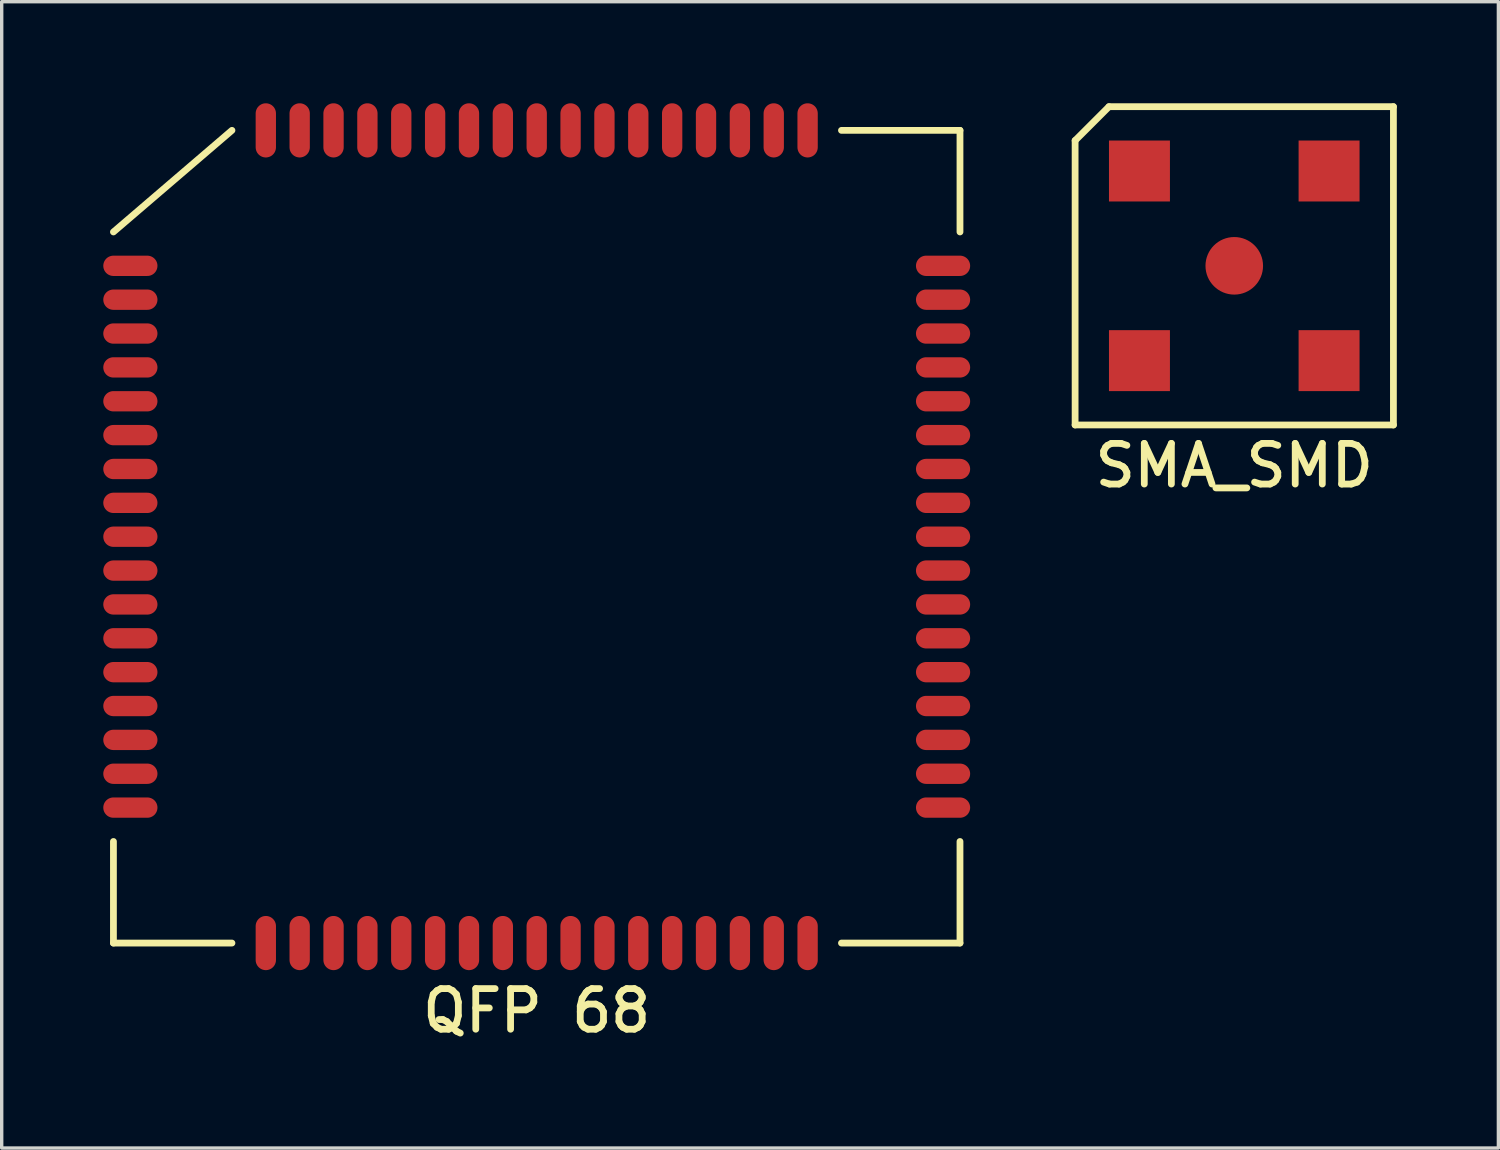
<source format=kicad_pcb>
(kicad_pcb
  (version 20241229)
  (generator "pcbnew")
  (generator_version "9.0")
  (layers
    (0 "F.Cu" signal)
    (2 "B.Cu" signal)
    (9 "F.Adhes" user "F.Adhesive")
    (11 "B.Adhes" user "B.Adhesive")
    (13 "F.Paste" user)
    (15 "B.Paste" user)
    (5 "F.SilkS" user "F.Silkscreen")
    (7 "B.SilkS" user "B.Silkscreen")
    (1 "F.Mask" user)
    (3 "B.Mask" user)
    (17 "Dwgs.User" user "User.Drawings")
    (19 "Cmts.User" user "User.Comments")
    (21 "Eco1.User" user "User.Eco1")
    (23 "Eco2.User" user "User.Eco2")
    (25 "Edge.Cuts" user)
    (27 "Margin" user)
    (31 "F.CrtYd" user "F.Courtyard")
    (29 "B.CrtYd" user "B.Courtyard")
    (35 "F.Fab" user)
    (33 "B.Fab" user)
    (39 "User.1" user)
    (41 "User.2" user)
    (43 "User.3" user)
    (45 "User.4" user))
  (footprint "QFP 68"
    (layer "F.Cu")
    (at 12.8 12.8)
    (property "Reference" "QFP 68" (at 0 14 0) (layer "F.SilkS") (effects (font (size 1.2 1.2) (thickness 0.2))))
    (attr through_hole)
    (fp_line (start -12.5 -9) (end -9 -12) (stroke (width 0.2) (type solid)) (layer "F.SilkS"))
    (fp_line (start -12.5 12) (end -12.5 9) (stroke (width 0.2) (type solid)) (layer "F.SilkS"))
    (fp_line (start -9 12) (end -12.5 12) (stroke (width 0.2) (type solid)) (layer "F.SilkS"))
    (fp_line (start 9 -12) (end 12.5 -12) (stroke (width 0.2) (type solid)) (layer "F.SilkS"))
    (fp_line (start 9 12) (end 12.5 12) (stroke (width 0.2) (type solid)) (layer "F.SilkS"))
    (fp_line (start 12.5 -12) (end 12.5 -9) (stroke (width 0.2) (type solid)) (layer "F.SilkS"))
    (fp_line (start 12.5 12) (end 12.5 9) (stroke (width 0.2) (type solid)) (layer "F.SilkS"))
    (pad "1" smd oval (at -12 -8) (size 1.6 0.6) (layers "F.Cu" "F.Mask" "F.Paste"))
    (pad "2" smd oval (at -12 -7) (size 1.6 0.6) (layers "F.Cu" "F.Mask" "F.Paste"))
    (pad "3" smd oval (at -12 -6) (size 1.6 0.6) (layers "F.Cu" "F.Mask" "F.Paste"))
    (pad "4" smd oval (at -12 -5) (size 1.6 0.6) (layers "F.Cu" "F.Mask" "F.Paste"))
    (pad "5" smd oval (at -12 -4) (size 1.6 0.6) (layers "F.Cu" "F.Mask" "F.Paste"))
    (pad "6" smd oval (at -12 -3) (size 1.6 0.6) (layers "F.Cu" "F.Mask" "F.Paste"))
    (pad "7" smd oval (at -12 -2) (size 1.6 0.6) (layers "F.Cu" "F.Mask" "F.Paste"))
    (pad "8" smd oval (at -12 -1) (size 1.6 0.6) (layers "F.Cu" "F.Mask" "F.Paste"))
    (pad "9" smd oval (at -12 0) (size 1.6 0.6) (layers "F.Cu" "F.Mask" "F.Paste"))
    (pad "10" smd oval (at -12 1) (size 1.6 0.6) (layers "F.Cu" "F.Mask" "F.Paste"))
    (pad "11" smd oval (at -12 2) (size 1.6 0.6) (layers "F.Cu" "F.Mask" "F.Paste"))
    (pad "12" smd oval (at -12 3) (size 1.6 0.6) (layers "F.Cu" "F.Mask" "F.Paste"))
    (pad "13" smd oval (at -12 4) (size 1.6 0.6) (layers "F.Cu" "F.Mask" "F.Paste"))
    (pad "14" smd oval (at -12 5) (size 1.6 0.6) (layers "F.Cu" "F.Mask" "F.Paste"))
    (pad "15" smd oval (at -12 6) (size 1.6 0.6) (layers "F.Cu" "F.Mask" "F.Paste"))
    (pad "16" smd oval (at -12 7) (size 1.6 0.6) (layers "F.Cu" "F.Mask" "F.Paste"))
    (pad "17" smd oval (at -12 8) (size 1.6 0.6) (layers "F.Cu" "F.Mask" "F.Paste"))
    (pad "18" smd oval (at -8 12) (size 0.6 1.6) (layers "F.Cu" "F.Mask" "F.Paste"))
    (pad "19" smd oval (at -7 12) (size 0.6 1.6) (layers "F.Cu" "F.Mask" "F.Paste"))
    (pad "20" smd oval (at -6 12) (size 0.6 1.6) (layers "F.Cu" "F.Mask" "F.Paste"))
    (pad "21" smd oval (at -5 12) (size 0.6 1.6) (layers "F.Cu" "F.Mask" "F.Paste"))
    (pad "22" smd oval (at -4 12) (size 0.6 1.6) (layers "F.Cu" "F.Mask" "F.Paste"))
    (pad "23" smd oval (at -3 12) (size 0.6 1.6) (layers "F.Cu" "F.Mask" "F.Paste"))
    (pad "24" smd oval (at -2 12) (size 0.6 1.6) (layers "F.Cu" "F.Mask" "F.Paste"))
    (pad "25" smd oval (at -1 12) (size 0.6 1.6) (layers "F.Cu" "F.Mask" "F.Paste"))
    (pad "26" smd oval (at 0 12) (size 0.6 1.6) (layers "F.Cu" "F.Mask" "F.Paste"))
    (pad "27" smd oval (at 1 12) (size 0.6 1.6) (layers "F.Cu" "F.Mask" "F.Paste"))
    (pad "28" smd oval (at 2 12) (size 0.6 1.6) (layers "F.Cu" "F.Mask" "F.Paste"))
    (pad "29" smd oval (at 3 12) (size 0.6 1.6) (layers "F.Cu" "F.Mask" "F.Paste"))
    (pad "30" smd oval (at 4 12) (size 0.6 1.6) (layers "F.Cu" "F.Mask" "F.Paste"))
    (pad "31" smd oval (at 5 12) (size 0.6 1.6) (layers "F.Cu" "F.Mask" "F.Paste"))
    (pad "32" smd oval (at 6 12) (size 0.6 1.6) (layers "F.Cu" "F.Mask" "F.Paste"))
    (pad "33" smd oval (at 7 12) (size 0.6 1.6) (layers "F.Cu" "F.Mask" "F.Paste"))
    (pad "34" smd oval (at 8 12) (size 0.6 1.6) (layers "F.Cu" "F.Mask" "F.Paste"))
    (pad "35" smd oval (at 12 8) (size 1.6 0.6) (layers "F.Cu" "F.Mask" "F.Paste"))
    (pad "36" smd oval (at 12 7) (size 1.6 0.6) (layers "F.Cu" "F.Mask" "F.Paste"))
    (pad "37" smd oval (at 12 6) (size 1.6 0.6) (layers "F.Cu" "F.Mask" "F.Paste"))
    (pad "38" smd oval (at 12 5) (size 1.6 0.6) (layers "F.Cu" "F.Mask" "F.Paste"))
    (pad "39" smd oval (at 12 4) (size 1.6 0.6) (layers "F.Cu" "F.Mask" "F.Paste"))
    (pad "40" smd oval (at 12 3) (size 1.6 0.6) (layers "F.Cu" "F.Mask" "F.Paste"))
    (pad "41" smd oval (at 12 2) (size 1.6 0.6) (layers "F.Cu" "F.Mask" "F.Paste"))
    (pad "42" smd oval (at 12 1) (size 1.6 0.6) (layers "F.Cu" "F.Mask" "F.Paste"))
    (pad "43" smd oval (at 12 0) (size 1.6 0.6) (layers "F.Cu" "F.Mask" "F.Paste"))
    (pad "44" smd oval (at 12 -1) (size 1.6 0.6) (layers "F.Cu" "F.Mask" "F.Paste"))
    (pad "45" smd oval (at 12 -2) (size 1.6 0.6) (layers "F.Cu" "F.Mask" "F.Paste"))
    (pad "46" smd oval (at 12 -3) (size 1.6 0.6) (layers "F.Cu" "F.Mask" "F.Paste"))
    (pad "47" smd oval (at 12 -4) (size 1.6 0.6) (layers "F.Cu" "F.Mask" "F.Paste"))
    (pad "48" smd oval (at 12 -5) (size 1.6 0.6) (layers "F.Cu" "F.Mask" "F.Paste"))
    (pad "49" smd oval (at 12 -6) (size 1.6 0.6) (layers "F.Cu" "F.Mask" "F.Paste"))
    (pad "50" smd oval (at 12 -7) (size 1.6 0.6) (layers "F.Cu" "F.Mask" "F.Paste"))
    (pad "51" smd oval (at 12 -8) (size 1.6 0.6) (layers "F.Cu" "F.Mask" "F.Paste"))
    (pad "52" smd oval (at 8 -12) (size 0.6 1.6) (layers "F.Cu" "F.Mask" "F.Paste"))
    (pad "53" smd oval (at 7 -12) (size 0.6 1.6) (layers "F.Cu" "F.Mask" "F.Paste"))
    (pad "54" smd oval (at 6 -12) (size 0.6 1.6) (layers "F.Cu" "F.Mask" "F.Paste"))
    (pad "55" smd oval (at 5 -12) (size 0.6 1.6) (layers "F.Cu" "F.Mask" "F.Paste"))
    (pad "56" smd oval (at 4 -12) (size 0.6 1.6) (layers "F.Cu" "F.Mask" "F.Paste"))
    (pad "57" smd oval (at 3 -12) (size 0.6 1.6) (layers "F.Cu" "F.Mask" "F.Paste"))
    (pad "58" smd oval (at 2 -12) (size 0.6 1.6) (layers "F.Cu" "F.Mask" "F.Paste"))
    (pad "59" smd oval (at 1 -12) (size 0.6 1.6) (layers "F.Cu" "F.Mask" "F.Paste"))
    (pad "60" smd oval (at 0 -12) (size 0.6 1.6) (layers "F.Cu" "F.Mask" "F.Paste"))
    (pad "61" smd oval (at -1 -12) (size 0.6 1.6) (layers "F.Cu" "F.Mask" "F.Paste"))
    (pad "62" smd oval (at -2 -12) (size 0.6 1.6) (layers "F.Cu" "F.Mask" "F.Paste"))
    (pad "63" smd oval (at -3 -12) (size 0.6 1.6) (layers "F.Cu" "F.Mask" "F.Paste"))
    (pad "64" smd oval (at -4 -12) (size 0.6 1.6) (layers "F.Cu" "F.Mask" "F.Paste"))
    (pad "65" smd oval (at -5 -12) (size 0.6 1.6) (layers "F.Cu" "F.Mask" "F.Paste"))
    (pad "66" smd oval (at -6 -12) (size 0.6 1.6) (layers "F.Cu" "F.Mask" "F.Paste"))
    (pad "67" smd oval (at -7 -12) (size 0.6 1.6) (layers "F.Cu" "F.Mask" "F.Paste"))
    (pad "68" smd oval (at -8 -12) (size 0.6 1.6) (layers "F.Cu" "F.Mask" "F.Paste")))
  (footprint "SMA_SMD"
    (layer "F.Cu")
    (at 33.4 4.8)
    (property "Reference" "SMA_SMD" (at 0 5.9 0) (layer "F.SilkS") (effects (font (size 1.2 1.2) (thickness 0.2))))
    (attr through_hole)
    (fp_line (start -4.7 -3.7) (end -4.7 4.7) (stroke (width 0.2) (type solid)) (layer "F.SilkS"))
    (fp_line (start -4.7 4.7) (end 4.7 4.7) (stroke (width 0.2) (type solid)) (layer "F.SilkS"))
    (fp_line (start -3.7 -4.7) (end -4.7 -3.7) (stroke (width 0.2) (type solid)) (layer "F.SilkS"))
    (fp_line (start 4.7 -4.7) (end -3.7 -4.7) (stroke (width 0.2) (type solid)) (layer "F.SilkS"))
    (fp_line (start 4.7 4.7) (end 4.7 -4.7) (stroke (width 0.2) (type solid)) (layer "F.SilkS"))
    (pad "1" smd circle (at 0 0) (size 1.7 1.7) (layers "F.Cu" "F.Mask" "F.Paste"))
    (pad "2" smd rect (at -2.8 -2.8) (size 1.8 1.8) (layers "F.Cu" "F.Mask" "F.Paste"))
    (pad "2" smd rect (at -2.8 2.8) (size 1.8 1.8) (layers "F.Cu" "F.Mask" "F.Paste"))
    (pad "2" smd rect (at 2.8 -2.8) (size 1.8 1.8) (layers "F.Cu" "F.Mask" "F.Paste"))
    (pad "2" smd rect (at 2.8 2.8) (size 1.8 1.8) (layers "F.Cu" "F.Mask" "F.Paste")))
  (gr_rect
    (start -3 -3)
    (end 41.2 30.853)
    (stroke (width 0.1) (type default))
    (fill no)
    (layer "Edge.Cuts")))
</source>
